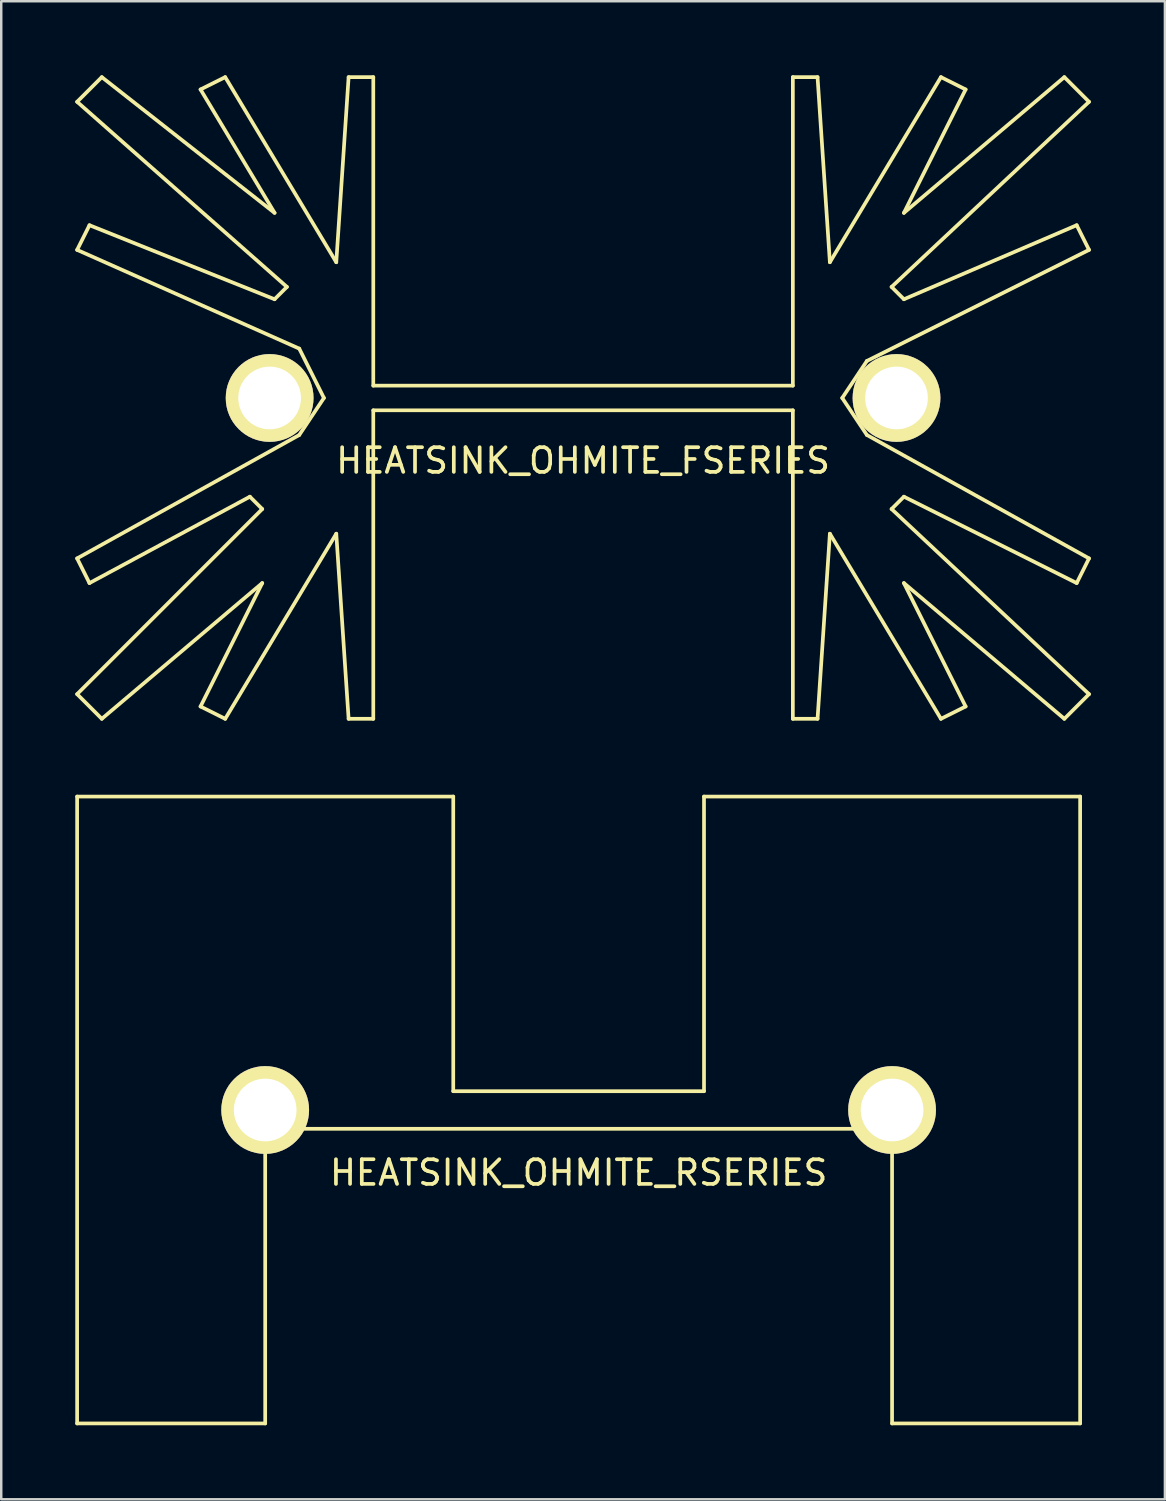
<source format=kicad_pcb>
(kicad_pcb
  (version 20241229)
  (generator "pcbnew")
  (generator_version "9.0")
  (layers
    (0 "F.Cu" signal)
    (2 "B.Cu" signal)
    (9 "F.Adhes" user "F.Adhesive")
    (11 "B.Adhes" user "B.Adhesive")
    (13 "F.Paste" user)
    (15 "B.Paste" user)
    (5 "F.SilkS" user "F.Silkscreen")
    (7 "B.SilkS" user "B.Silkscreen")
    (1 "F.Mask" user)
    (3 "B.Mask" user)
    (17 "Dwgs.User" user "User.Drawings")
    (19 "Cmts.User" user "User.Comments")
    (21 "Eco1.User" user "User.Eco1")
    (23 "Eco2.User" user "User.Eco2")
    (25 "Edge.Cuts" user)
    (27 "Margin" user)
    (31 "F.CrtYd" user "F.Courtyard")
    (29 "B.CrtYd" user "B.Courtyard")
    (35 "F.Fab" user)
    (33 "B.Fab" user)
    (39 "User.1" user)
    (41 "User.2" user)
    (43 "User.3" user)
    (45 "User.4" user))
  (footprint "HEATSINK_OHMITE_FSERIES"
    (layer "F.Cu")
    (at 20.575 13.075)
    (property "Reference" "HEATSINK_OHMITE_FSERIES" (at 0 2.54 0) (layer "F.SilkS") (effects (font (size 1 1) (thickness 0.15))))
    (attr through_hole)
    (fp_line (start -20.5 -12) (end -19.5 -13) (stroke (width 0.15) (type solid)) (layer "F.SilkS"))
    (fp_line (start -20.5 -6) (end -20 -7) (stroke (width 0.15) (type solid)) (layer "F.SilkS"))
    (fp_line (start -20.5 6.5) (end -11.5 1.5) (stroke (width 0.15) (type solid)) (layer "F.SilkS"))
    (fp_line (start -20.5 12) (end -13 4.5) (stroke (width 0.15) (type solid)) (layer "F.SilkS"))
    (fp_line (start -20 -7) (end -12.5 -4) (stroke (width 0.15) (type solid)) (layer "F.SilkS"))
    (fp_line (start -20 7.5) (end -20.5 6.5) (stroke (width 0.15) (type solid)) (layer "F.SilkS"))
    (fp_line (start -19.5 -13) (end -12.5 -7.5) (stroke (width 0.15) (type solid)) (layer "F.SilkS"))
    (fp_line (start -19.5 13) (end -20.5 12) (stroke (width 0.15) (type solid)) (layer "F.SilkS"))
    (fp_line (start -15.5 -12.5) (end -14.5 -13) (stroke (width 0.15) (type solid)) (layer "F.SilkS"))
    (fp_line (start -15.5 12.5) (end -13 7.5) (stroke (width 0.15) (type solid)) (layer "F.SilkS"))
    (fp_line (start -14.5 -13) (end -10 -5.5) (stroke (width 0.15) (type solid)) (layer "F.SilkS"))
    (fp_line (start -14.5 13) (end -15.5 12.5) (stroke (width 0.15) (type solid)) (layer "F.SilkS"))
    (fp_line (start -13.5 4) (end -20 7.5) (stroke (width 0.15) (type solid)) (layer "F.SilkS"))
    (fp_line (start -13 4.5) (end -13.5 4) (stroke (width 0.15) (type solid)) (layer "F.SilkS"))
    (fp_line (start -13 7.5) (end -19.5 13) (stroke (width 0.15) (type solid)) (layer "F.SilkS"))
    (fp_line (start -12.5 -7.5) (end -15.5 -12.5) (stroke (width 0.15) (type solid)) (layer "F.SilkS"))
    (fp_line (start -12.5 -4) (end -12 -4.5) (stroke (width 0.15) (type solid)) (layer "F.SilkS"))
    (fp_line (start -12 -4.5) (end -20.5 -12) (stroke (width 0.15) (type solid)) (layer "F.SilkS"))
    (fp_line (start -11.5 -2) (end -20.5 -6) (stroke (width 0.15) (type solid)) (layer "F.SilkS"))
    (fp_line (start -11.5 1.5) (end -10.5 0) (stroke (width 0.15) (type solid)) (layer "F.SilkS"))
    (fp_line (start -10.5 0) (end -11.5 -2) (stroke (width 0.15) (type solid)) (layer "F.SilkS"))
    (fp_line (start -10 -5.5) (end -9.5 -13) (stroke (width 0.15) (type solid)) (layer "F.SilkS"))
    (fp_line (start -10 5.5) (end -14.5 13) (stroke (width 0.15) (type solid)) (layer "F.SilkS"))
    (fp_line (start -9.5 -13) (end -8.5 -13) (stroke (width 0.15) (type solid)) (layer "F.SilkS"))
    (fp_line (start -9.5 13) (end -10 5.5) (stroke (width 0.15) (type solid)) (layer "F.SilkS"))
    (fp_line (start -8.5 -13) (end -8.5 -0.5) (stroke (width 0.15) (type solid)) (layer "F.SilkS"))
    (fp_line (start -8.5 -0.5) (end 8.5 -0.5) (stroke (width 0.15) (type solid)) (layer "F.SilkS"))
    (fp_line (start -8.5 0.5) (end -8.5 13) (stroke (width 0.15) (type solid)) (layer "F.SilkS"))
    (fp_line (start -8.5 13) (end -9.5 13) (stroke (width 0.15) (type solid)) (layer "F.SilkS"))
    (fp_line (start 8.5 -0.5) (end 8.5 -13) (stroke (width 0.15) (type solid)) (layer "F.SilkS"))
    (fp_line (start 8.5 0.5) (end -8.5 0.5) (stroke (width 0.15) (type solid)) (layer "F.SilkS"))
    (fp_line (start 8.5 13) (end 8.5 0.5) (stroke (width 0.15) (type solid)) (layer "F.SilkS"))
    (fp_line (start 8.5 13) (end 9.5 13) (stroke (width 0.15) (type solid)) (layer "F.SilkS"))
    (fp_line (start 9.5 -13) (end 8.5 -13) (stroke (width 0.15) (type solid)) (layer "F.SilkS"))
    (fp_line (start 9.5 13) (end 10 5.5) (stroke (width 0.15) (type solid)) (layer "F.SilkS"))
    (fp_line (start 10 -5.5) (end 9.5 -13) (stroke (width 0.15) (type solid)) (layer "F.SilkS"))
    (fp_line (start 10 5.5) (end 14.5 13) (stroke (width 0.15) (type solid)) (layer "F.SilkS"))
    (fp_line (start 10.5 0) (end 11.5 -1.5) (stroke (width 0.15) (type solid)) (layer "F.SilkS"))
    (fp_line (start 11.5 -1.5) (end 20.5 -6) (stroke (width 0.15) (type solid)) (layer "F.SilkS"))
    (fp_line (start 11.5 1.5) (end 10.5 0) (stroke (width 0.15) (type solid)) (layer "F.SilkS"))
    (fp_line (start 12.5 -4.5) (end 20.5 -12) (stroke (width 0.15) (type solid)) (layer "F.SilkS"))
    (fp_line (start 12.5 4.5) (end 13 4) (stroke (width 0.15) (type solid)) (layer "F.SilkS"))
    (fp_line (start 13 -7.5) (end 15.5 -12.5) (stroke (width 0.15) (type solid)) (layer "F.SilkS"))
    (fp_line (start 13 -4) (end 12.5 -4.5) (stroke (width 0.15) (type solid)) (layer "F.SilkS"))
    (fp_line (start 13 4) (end 20 7.5) (stroke (width 0.15) (type solid)) (layer "F.SilkS"))
    (fp_line (start 13 7.5) (end 19.5 13) (stroke (width 0.15) (type solid)) (layer "F.SilkS"))
    (fp_line (start 14.5 -13) (end 10 -5.5) (stroke (width 0.15) (type solid)) (layer "F.SilkS"))
    (fp_line (start 14.5 13) (end 15.5 12.5) (stroke (width 0.15) (type solid)) (layer "F.SilkS"))
    (fp_line (start 15.5 -12.5) (end 14.5 -13) (stroke (width 0.15) (type solid)) (layer "F.SilkS"))
    (fp_line (start 15.5 12.5) (end 13 7.5) (stroke (width 0.15) (type solid)) (layer "F.SilkS"))
    (fp_line (start 19.5 -13) (end 13 -7.5) (stroke (width 0.15) (type solid)) (layer "F.SilkS"))
    (fp_line (start 19.5 13) (end 20.5 12) (stroke (width 0.15) (type solid)) (layer "F.SilkS"))
    (fp_line (start 20 -7) (end 13 -4) (stroke (width 0.15) (type solid)) (layer "F.SilkS"))
    (fp_line (start 20 7.5) (end 20.5 6.5) (stroke (width 0.15) (type solid)) (layer "F.SilkS"))
    (fp_line (start 20.5 -12) (end 19.5 -13) (stroke (width 0.15) (type solid)) (layer "F.SilkS"))
    (fp_line (start 20.5 -6) (end 20 -7) (stroke (width 0.15) (type solid)) (layer "F.SilkS"))
    (fp_line (start 20.5 6.5) (end 11.5 1.5) (stroke (width 0.15) (type solid)) (layer "F.SilkS"))
    (fp_line (start 20.5 12) (end 12.5 4.5) (stroke (width 0.15) (type solid)) (layer "F.SilkS"))
    (pad "1" thru_hole circle (at -12.7 0) (size 3.556 3.556) (drill 2.54) (layers "*.Cu" "*.Mask" "F.SilkS"))
    (pad "1" thru_hole circle (at 12.7 0) (size 3.556 3.556) (drill 2.54) (layers "*.Cu" "*.Mask" "F.SilkS")))
  (footprint "HEATSINK_OHMITE_RSERIES"
    (layer "F.Cu")
    (at 20.395 41.925)
    (property "Reference" "HEATSINK_OHMITE_RSERIES" (at 0 2.54 0) (layer "F.SilkS") (effects (font (size 1 1) (thickness 0.15))))
    (attr through_hole)
    (fp_line (start -20.32 -12.7) (end -20.32 12.7) (stroke (width 0.15) (type solid)) (layer "F.SilkS"))
    (fp_line (start -20.32 12.7) (end -12.7 12.7) (stroke (width 0.15) (type solid)) (layer "F.SilkS"))
    (fp_line (start -12.7 0.762) (end 12.7 0.762) (stroke (width 0.15) (type solid)) (layer "F.SilkS"))
    (fp_line (start -12.7 12.7) (end -12.7 0.762) (stroke (width 0.15) (type solid)) (layer "F.SilkS"))
    (fp_line (start -5.08 -12.7) (end -20.32 -12.7) (stroke (width 0.15) (type solid)) (layer "F.SilkS"))
    (fp_line (start -5.08 -0.762) (end -5.08 -12.7) (stroke (width 0.15) (type solid)) (layer "F.SilkS"))
    (fp_line (start -5.08 -0.762) (end 5.08 -0.762) (stroke (width 0.15) (type solid)) (layer "F.SilkS"))
    (fp_line (start 5.08 -12.7) (end 20.32 -12.7) (stroke (width 0.15) (type solid)) (layer "F.SilkS"))
    (fp_line (start 5.08 -0.762) (end 5.08 -12.7) (stroke (width 0.15) (type solid)) (layer "F.SilkS"))
    (fp_line (start 12.7 12.7) (end 12.7 0.762) (stroke (width 0.15) (type solid)) (layer "F.SilkS"))
    (fp_line (start 20.32 -12.7) (end 20.32 12.7) (stroke (width 0.15) (type solid)) (layer "F.SilkS"))
    (fp_line (start 20.32 12.7) (end 12.7 12.7) (stroke (width 0.15) (type solid)) (layer "F.SilkS"))
    (pad "1" thru_hole circle (at -12.7 0) (size 3.556 3.556) (drill 2.54) (layers "*.Cu" "*.Mask" "F.SilkS"))
    (pad "1" thru_hole circle (at 12.7 0) (size 3.556 3.556) (drill 2.54) (layers "*.Cu" "*.Mask" "F.SilkS")))
  (gr_rect
    (start -3 -3)
    (end 44.15 57.7)
    (stroke (width 0.1) (type default))
    (fill no)
    (layer "Edge.Cuts")))
</source>
